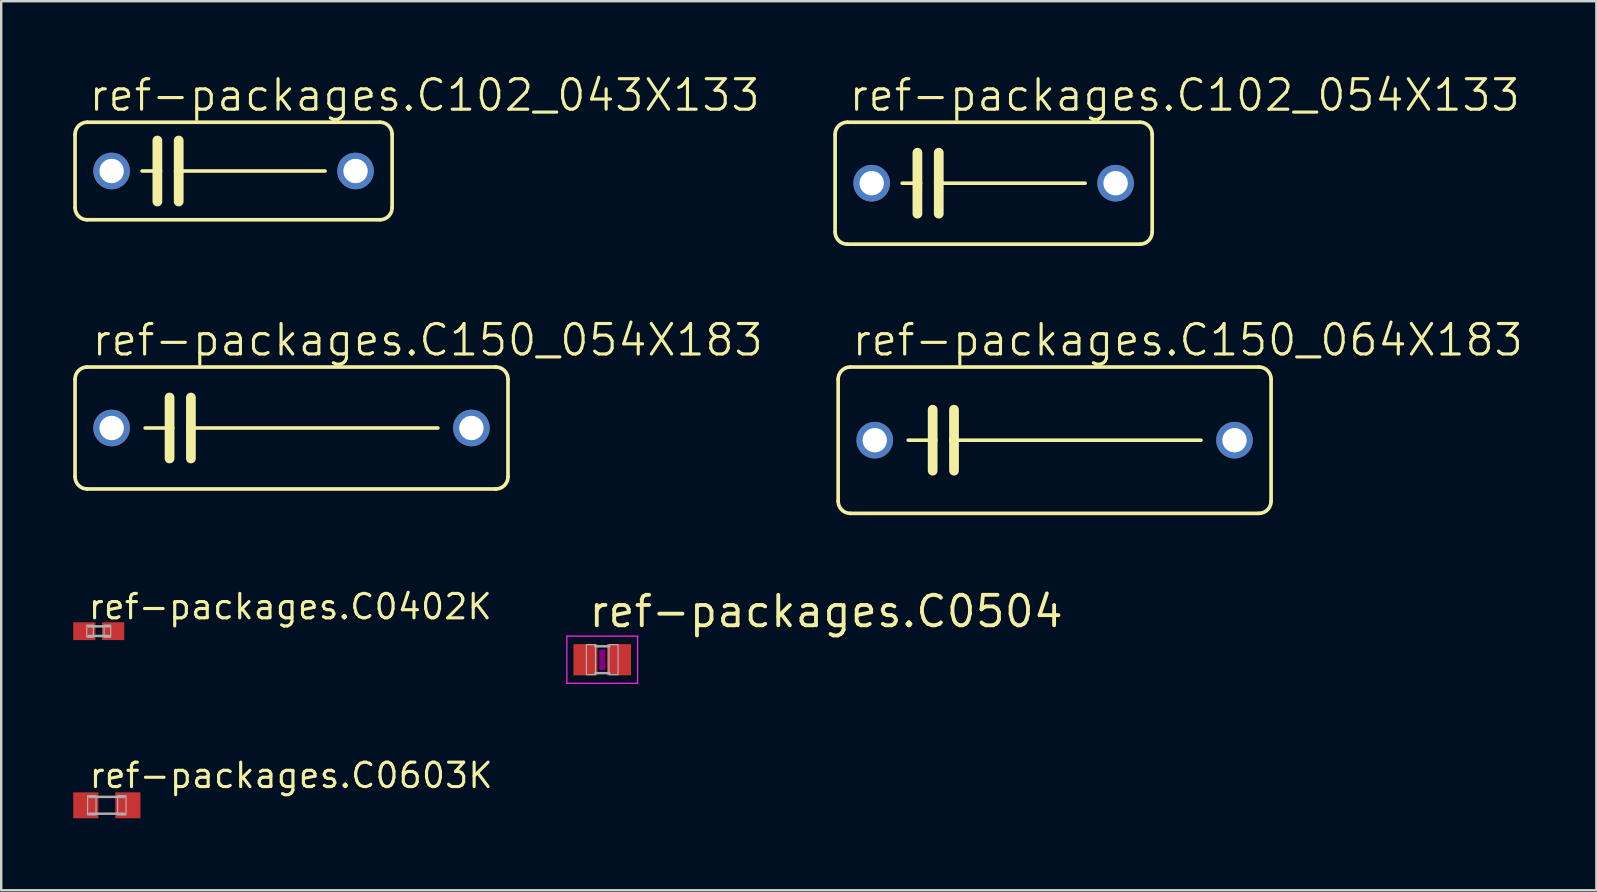
<source format=kicad_pcb>
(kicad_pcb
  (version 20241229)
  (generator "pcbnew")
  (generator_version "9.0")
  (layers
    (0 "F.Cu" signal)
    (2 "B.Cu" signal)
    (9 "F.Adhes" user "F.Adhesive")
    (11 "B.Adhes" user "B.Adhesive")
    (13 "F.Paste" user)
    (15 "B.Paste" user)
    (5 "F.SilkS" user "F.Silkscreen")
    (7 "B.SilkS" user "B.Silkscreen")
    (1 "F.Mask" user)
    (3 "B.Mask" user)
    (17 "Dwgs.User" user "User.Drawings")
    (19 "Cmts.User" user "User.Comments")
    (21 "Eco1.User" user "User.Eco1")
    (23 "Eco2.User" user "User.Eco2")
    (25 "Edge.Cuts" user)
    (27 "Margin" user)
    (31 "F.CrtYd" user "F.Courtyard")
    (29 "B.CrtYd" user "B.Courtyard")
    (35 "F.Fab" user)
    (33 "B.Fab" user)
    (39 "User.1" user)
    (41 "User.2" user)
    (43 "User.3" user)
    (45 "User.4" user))
  (footprint "ref-packages.C0402K"
    (layer "F.Cu")
    (at 1.062 23.241)
    (property "Reference" "ref-packages.C0402K" (at -0.5 -0.425 0) (layer "F.SilkS") (effects (font (size 1.016 1.016) (thickness 0.13)) (justify left bottom)))
    (attr smd)
    (fp_line (start -0.425 -0.2) (end 0.425 -0.2) (stroke (width 0.102) (type default)) (layer "F.Fab"))
    (fp_line (start 0.425 0.2) (end -0.425 0.2) (stroke (width 0.102) (type default)) (layer "F.Fab"))
    (fp_rect (start -0.5 0.25) (end -0.225 -0.25) (stroke (width 0.05) (type default)) (fill no) (layer "F.Fab"))
    (fp_rect (start 0.225 0.25) (end 0.5 -0.25) (stroke (width 0.05) (type default)) (fill no) (layer "F.Fab"))
    (pad "1" smd roundrect (at -0.6 0) (size 0.925 0.74) (layers "F.Cu" "F.Mask" "F.Paste") (roundrect_rratio 0.01))
    (pad "2" smd roundrect (at 0.6 0) (size 0.925 0.74) (layers "F.Cu" "F.Mask" "F.Paste") (roundrect_rratio 0.01)))
  (footprint "ref-packages.C150_064X183"
    (layer "F.Cu")
    (at 40.88 15.286)
    (property "Reference" "ref-packages.C150_064X183" (at -8.509 -3.429 0) (layer "F.SilkS") (effects (font (size 1.27 1.27) (thickness 0.13)) (justify left bottom)))
    (attr through_hole)
    (fp_line (start -9.017 2.54) (end -9.017 -2.54) (stroke (width 0.152) (type default)) (layer "F.SilkS"))
    (fp_line (start -8.509 -3.048) (end 8.509 -3.048) (stroke (width 0.152) (type default)) (layer "F.SilkS"))
    (fp_line (start -5.08 -1.27) (end -5.08 0) (stroke (width 0.406) (type default)) (layer "F.SilkS"))
    (fp_line (start -5.08 0) (end -6.096 0) (stroke (width 0.152) (type default)) (layer "F.SilkS"))
    (fp_line (start -5.08 0) (end -5.08 1.27) (stroke (width 0.406) (type default)) (layer "F.SilkS"))
    (fp_line (start -4.191 -1.27) (end -4.191 0) (stroke (width 0.406) (type default)) (layer "F.SilkS"))
    (fp_line (start -4.191 0) (end -4.191 1.27) (stroke (width 0.406) (type default)) (layer "F.SilkS"))
    (fp_line (start -4.191 0) (end 6.096 0) (stroke (width 0.152) (type default)) (layer "F.SilkS"))
    (fp_line (start 8.509 3.048) (end -8.509 3.048) (stroke (width 0.152) (type default)) (layer "F.SilkS"))
    (fp_line (start 9.017 -2.54) (end 9.017 2.54) (stroke (width 0.152) (type default)) (layer "F.SilkS"))
    (fp_arc (start -9.017 -2.54) (mid -8.86821 -2.89921) (end -8.509 -3.048) (stroke (width 0.1524) (type default)) (layer "F.SilkS"))
    (fp_arc (start -8.509 3.048) (mid -8.86821 2.89921) (end -9.017 2.54) (stroke (width 0.1524) (type default)) (layer "F.SilkS"))
    (fp_arc (start 8.509 -3.048) (mid 8.86821 -2.89921) (end 9.017 -2.54) (stroke (width 0.1524) (type default)) (layer "F.SilkS"))
    (fp_arc (start 9.017 2.54) (mid 8.86821 2.89921) (end 8.509 3.048) (stroke (width 0.1524) (type default)) (layer "F.SilkS"))
    (pad "1" thru_hole circle (at -7.493 0) (size 1.524 1.524) (drill 1.016) (layers "*.Cu" "*.Mask"))
    (pad "2" thru_hole circle (at 7.493 0) (size 1.524 1.524) (drill 1.016) (layers "*.Cu" "*.Mask")))
  (footprint "ref-packages.C0603K"
    (layer "F.Cu")
    (at 1.4 30.495)
    (property "Reference" "ref-packages.C0603K" (at -0.8 -0.65 0) (layer "F.SilkS") (effects (font (size 1.016 1.016) (thickness 0.13)) (justify left bottom)))
    (attr smd)
    (fp_line (start -0.725 -0.35) (end 0.725 -0.35) (stroke (width 0.102) (type default)) (layer "F.Fab"))
    (fp_line (start 0.725 0.35) (end -0.725 0.35) (stroke (width 0.102) (type default)) (layer "F.Fab"))
    (fp_rect (start -0.8 0.4) (end -0.45 -0.4) (stroke (width 0.05) (type default)) (fill no) (layer "F.Fab"))
    (fp_rect (start 0.45 0.4) (end 0.8 -0.4) (stroke (width 0.05) (type default)) (fill no) (layer "F.Fab"))
    (pad "1" smd roundrect (at -0.875 0) (size 1.05 1.08) (layers "F.Cu" "F.Mask" "F.Paste") (roundrect_rratio 0.01))
    (pad "2" smd roundrect (at 0.875 0) (size 1.05 1.08) (layers "F.Cu" "F.Mask" "F.Paste") (roundrect_rratio 0.01)))
  (footprint "ref-packages.C0504"
    (layer "F.Cu")
    (at 22.036 24.43)
    (property "Reference" "ref-packages.C0504" (at -0.635 -1.27 0) (layer "F.SilkS") (effects (font (size 1.27 1.27) (thickness 0.16)) (justify left bottom)))
    (attr smd)
    (fp_rect (start -0.1 0.4) (end 0.1 -0.4) (stroke (width 0.05) (type default)) (fill yes) (layer "F.Adhes"))
    (fp_line (start -1.473 -0.983) (end 1.473 -0.983) (stroke (width 0.051) (type default)) (layer "F.CrtYd"))
    (fp_line (start -1.473 0.983) (end -1.473 -0.983) (stroke (width 0.051) (type default)) (layer "F.CrtYd"))
    (fp_line (start 1.473 -0.983) (end 1.473 0.983) (stroke (width 0.051) (type default)) (layer "F.CrtYd"))
    (fp_line (start 1.473 0.983) (end -1.473 0.983) (stroke (width 0.051) (type default)) (layer "F.CrtYd"))
    (fp_line (start -0.294 -0.559) (end 0.294 -0.559) (stroke (width 0.102) (type default)) (layer "F.Fab"))
    (fp_line (start -0.294 0.559) (end 0.294 0.559) (stroke (width 0.102) (type default)) (layer "F.Fab"))
    (fp_rect (start -0.66 0.622) (end -0.28 -0.628) (stroke (width 0.05) (type default)) (fill no) (layer "F.Fab"))
    (fp_rect (start 0.279 0.622) (end 0.659 -0.628) (stroke (width 0.05) (type default)) (fill no) (layer "F.Fab"))
    (pad "1" smd roundrect (at -0.7 0) (size 1 1.3) (layers "F.Cu" "F.Mask" "F.Paste") (roundrect_rratio 0.01))
    (pad "2" smd roundrect (at 0.7 0) (size 1 1.3) (layers "F.Cu" "F.Mask" "F.Paste") (roundrect_rratio 0.01)))
  (footprint "ref-packages.C102_054X133"
    (layer "F.Cu")
    (at 38.34 4.581)
    (property "Reference" "ref-packages.C102_054X133" (at -6.096 -2.921 0) (layer "F.SilkS") (effects (font (size 1.27 1.27) (thickness 0.13)) (justify left bottom)))
    (attr through_hole)
    (fp_line (start -6.604 2.032) (end -6.604 -2.032) (stroke (width 0.152) (type default)) (layer "F.SilkS"))
    (fp_line (start -6.096 -2.54) (end 6.096 -2.54) (stroke (width 0.152) (type default)) (layer "F.SilkS"))
    (fp_line (start -3.81 0) (end -3.175 0) (stroke (width 0.152) (type default)) (layer "F.SilkS"))
    (fp_line (start -3.175 -1.27) (end -3.175 0) (stroke (width 0.406) (type default)) (layer "F.SilkS"))
    (fp_line (start -3.175 0) (end -3.175 1.27) (stroke (width 0.406) (type default)) (layer "F.SilkS"))
    (fp_line (start -2.286 -1.27) (end -2.286 0) (stroke (width 0.406) (type default)) (layer "F.SilkS"))
    (fp_line (start -2.286 0) (end -2.286 1.27) (stroke (width 0.406) (type default)) (layer "F.SilkS"))
    (fp_line (start 3.81 0) (end -2.286 0) (stroke (width 0.152) (type default)) (layer "F.SilkS"))
    (fp_line (start 6.096 2.54) (end -6.096 2.54) (stroke (width 0.152) (type default)) (layer "F.SilkS"))
    (fp_line (start 6.604 -2.032) (end 6.604 2.032) (stroke (width 0.152) (type default)) (layer "F.SilkS"))
    (fp_arc (start -6.604 -2.032) (mid -6.45521 -2.39121) (end -6.096 -2.54) (stroke (width 0.1524) (type default)) (layer "F.SilkS"))
    (fp_arc (start -6.096 2.54) (mid -6.45521 2.39121) (end -6.604 2.032) (stroke (width 0.1524) (type default)) (layer "F.SilkS"))
    (fp_arc (start 6.096 -2.54) (mid 6.45521 -2.39121) (end 6.604 -2.032) (stroke (width 0.1524) (type default)) (layer "F.SilkS"))
    (fp_arc (start 6.604 2.032) (mid 6.45521 2.39121) (end 6.096 2.54) (stroke (width 0.1524) (type default)) (layer "F.SilkS"))
    (pad "1" thru_hole circle (at -5.08 0) (size 1.524 1.524) (drill 1.016) (layers "*.Cu" "*.Mask"))
    (pad "2" thru_hole circle (at 5.08 0) (size 1.524 1.524) (drill 1.016) (layers "*.Cu" "*.Mask")))
  (footprint "ref-packages.C150_054X183"
    (layer "F.Cu")
    (at 9.093 14.778)
    (property "Reference" "ref-packages.C150_054X183" (at -8.382 -2.921 0) (layer "F.SilkS") (effects (font (size 1.27 1.27) (thickness 0.13)) (justify left bottom)))
    (attr through_hole)
    (fp_line (start -9.017 2.032) (end -9.017 -2.032) (stroke (width 0.152) (type default)) (layer "F.SilkS"))
    (fp_line (start -8.509 -2.54) (end 8.509 -2.54) (stroke (width 0.152) (type default)) (layer "F.SilkS"))
    (fp_line (start -5.08 -1.27) (end -5.08 0) (stroke (width 0.406) (type default)) (layer "F.SilkS"))
    (fp_line (start -5.08 0) (end -6.096 0) (stroke (width 0.152) (type default)) (layer "F.SilkS"))
    (fp_line (start -5.08 0) (end -5.08 1.27) (stroke (width 0.406) (type default)) (layer "F.SilkS"))
    (fp_line (start -4.191 -1.27) (end -4.191 0) (stroke (width 0.406) (type default)) (layer "F.SilkS"))
    (fp_line (start -4.191 0) (end -4.191 1.27) (stroke (width 0.406) (type default)) (layer "F.SilkS"))
    (fp_line (start -4.191 0) (end 6.096 0) (stroke (width 0.152) (type default)) (layer "F.SilkS"))
    (fp_line (start 8.509 2.54) (end -8.509 2.54) (stroke (width 0.152) (type default)) (layer "F.SilkS"))
    (fp_line (start 9.017 -2.032) (end 9.017 2.032) (stroke (width 0.152) (type default)) (layer "F.SilkS"))
    (fp_arc (start -9.017 -2.032) (mid -8.86821 -2.39121) (end -8.509 -2.54) (stroke (width 0.1524) (type default)) (layer "F.SilkS"))
    (fp_arc (start -8.509 2.54) (mid -8.86821 2.39121) (end -9.017 2.032) (stroke (width 0.1524) (type default)) (layer "F.SilkS"))
    (fp_arc (start 8.509 -2.54) (mid 8.86821 -2.39121) (end 9.017 -2.032) (stroke (width 0.1524) (type default)) (layer "F.SilkS"))
    (fp_arc (start 9.017 2.032) (mid 8.86821 2.39121) (end 8.509 2.54) (stroke (width 0.1524) (type default)) (layer "F.SilkS"))
    (pad "1" thru_hole circle (at -7.493 0) (size 1.524 1.524) (drill 1.016) (layers "*.Cu" "*.Mask"))
    (pad "2" thru_hole circle (at 7.493 0) (size 1.524 1.524) (drill 1.016) (layers "*.Cu" "*.Mask")))
  (footprint "ref-packages.C102_043X133"
    (layer "F.Cu")
    (at 6.68 4.073)
    (property "Reference" "ref-packages.C102_043X133" (at -6.096 -2.413 0) (layer "F.SilkS") (effects (font (size 1.27 1.27) (thickness 0.13)) (justify left bottom)))
    (attr through_hole)
    (fp_line (start -6.604 1.524) (end -6.604 -1.524) (stroke (width 0.152) (type default)) (layer "F.SilkS"))
    (fp_line (start -6.096 -2.032) (end 6.096 -2.032) (stroke (width 0.152) (type default)) (layer "F.SilkS"))
    (fp_line (start -3.81 0) (end -3.175 0) (stroke (width 0.152) (type default)) (layer "F.SilkS"))
    (fp_line (start -3.175 -1.27) (end -3.175 0) (stroke (width 0.406) (type default)) (layer "F.SilkS"))
    (fp_line (start -3.175 0) (end -3.175 1.27) (stroke (width 0.406) (type default)) (layer "F.SilkS"))
    (fp_line (start -2.286 -1.27) (end -2.286 0) (stroke (width 0.406) (type default)) (layer "F.SilkS"))
    (fp_line (start -2.286 0) (end -2.286 1.27) (stroke (width 0.406) (type default)) (layer "F.SilkS"))
    (fp_line (start 3.81 0) (end -2.286 0) (stroke (width 0.152) (type default)) (layer "F.SilkS"))
    (fp_line (start 6.096 2.032) (end -6.096 2.032) (stroke (width 0.152) (type default)) (layer "F.SilkS"))
    (fp_line (start 6.604 -1.524) (end 6.604 1.524) (stroke (width 0.152) (type default)) (layer "F.SilkS"))
    (fp_arc (start -6.604 -1.524) (mid -6.45521 -1.88321) (end -6.096 -2.032) (stroke (width 0.1524) (type default)) (layer "F.SilkS"))
    (fp_arc (start -6.096 2.032) (mid -6.45521 1.88321) (end -6.604 1.524) (stroke (width 0.1524) (type default)) (layer "F.SilkS"))
    (fp_arc (start 6.096 -2.032) (mid 6.45521 -1.88321) (end 6.604 -1.524) (stroke (width 0.1524) (type default)) (layer "F.SilkS"))
    (fp_arc (start 6.604 1.524) (mid 6.45521 1.88321) (end 6.096 2.032) (stroke (width 0.1524) (type default)) (layer "F.SilkS"))
    (pad "1" thru_hole circle (at -5.08 0) (size 1.524 1.524) (drill 1.016) (layers "*.Cu" "*.Mask"))
    (pad "2" thru_hole circle (at 5.08 0) (size 1.524 1.524) (drill 1.016) (layers "*.Cu" "*.Mask")))
  (gr_rect
    (start -3 -3)
    (end 63.447 34.035)
    (stroke (width 0.1) (type default))
    (fill no)
    (layer "Edge.Cuts")))
</source>
